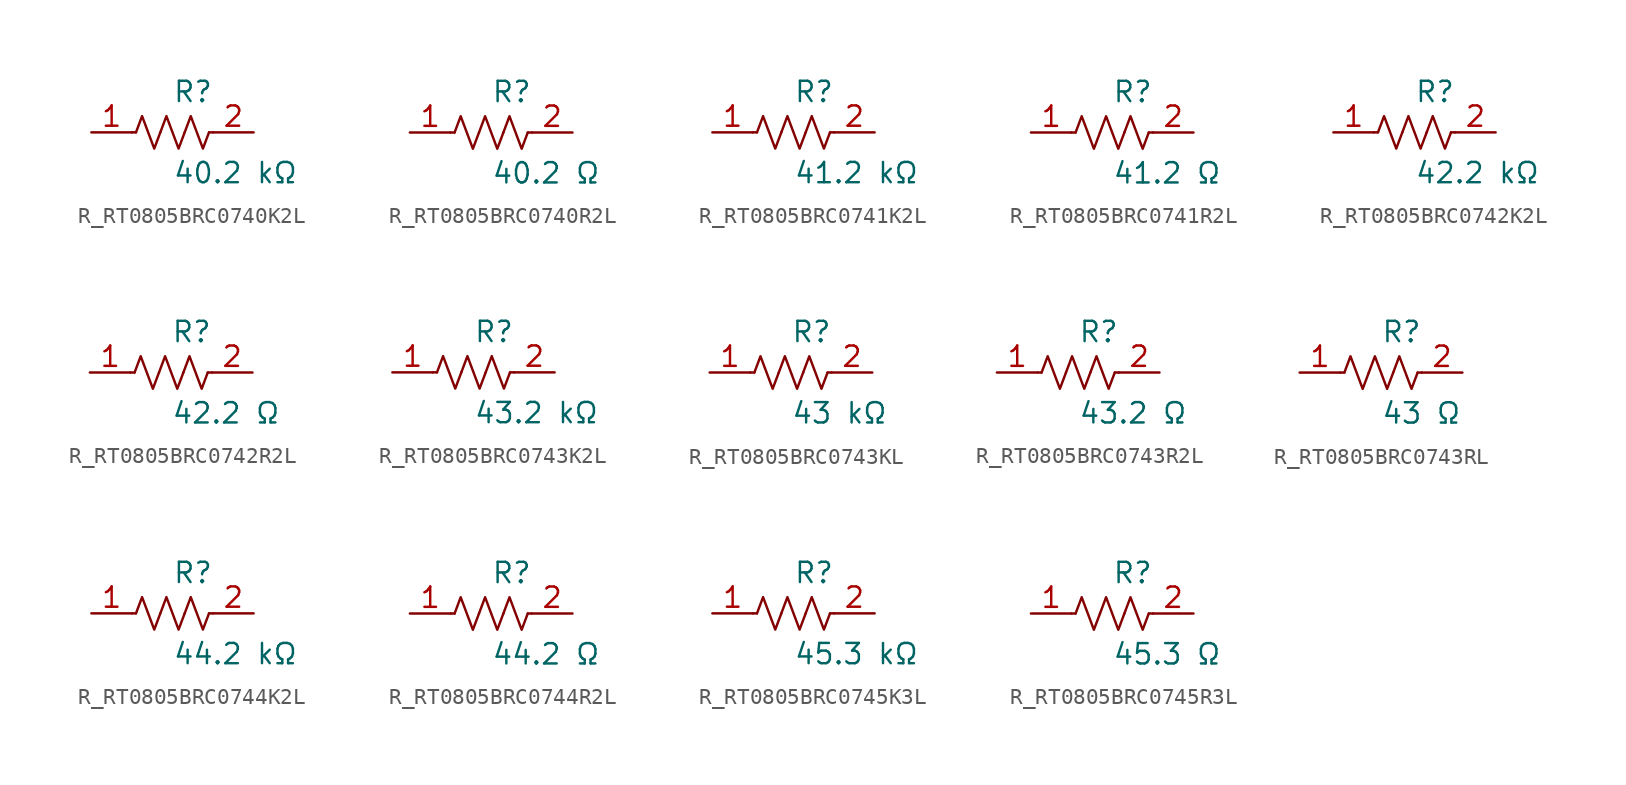
<source format=kicad_sym>
(kicad_symbol_lib
  (version 20231120)
  (generator kicad_symbol_editor)
  (generator_version 8.0)
  (symbol "R_RT0805BRC0740K2L"
    (pin_names
      (offset 0.254))
    (property "Reference" "R"
      (at 0 2.54 0)
      (effects (font (size 1.27 1.27)) (justify left)))
    (property "Value" "40.2 kΩ"
      (at 0 -2.54 0)
      (effects (font (size 1.27 1.27)) (justify left)))
    (symbol "R_RT0805BRC0740K2L_0_1"
      (polyline (pts (xy 2.286 0) (xy 2.54 0)) (stroke (width 0) (type default)) (fill (type none)))
      (polyline (pts (xy -2.286 0) (xy -2.54 0)) (stroke (width 0) (type default)) (fill (type none)))
      (polyline (pts (xy 0.762 0) (xy 1.143 1.016) (xy 1.524 0) (xy 1.905 -1.016) (xy 2.286 0)) (stroke (width 0) (type default)) (fill (type none)))
      (polyline (pts (xy -0.762 0) (xy -0.381 1.016) (xy 0 0) (xy 0.381 -1.016) (xy 0.762 0)) (stroke (width 0) (type default)) (fill (type none)))
      (polyline (pts (xy -2.286 0) (xy -1.905 1.016) (xy -1.524 0) (xy -1.143 -1.016) (xy -0.762 0)) (stroke (width 0) (type default)) (fill (type none))))
    (pin unspecified line
      (at -5.08 0 0)
      (length 2.54)
      (name "" (effects (font (size 1.27 1.27))))
      (number "1" (effects (font (size 1.27 1.27)))))
    (pin unspecified line
      (at 5.08 0 180)
      (length 2.54)
      (name "" (effects (font (size 1.27 1.27))))
      (number "2" (effects (font (size 1.27 1.27))))))
  (symbol "R_RT0805BRC0740R2L"
    (pin_names
      (offset 0.254))
    (property "Reference" "R"
      (at 0 2.54 0)
      (effects (font (size 1.27 1.27)) (justify left)))
    (property "Value" "40.2 Ω"
      (at 0 -2.54 0)
      (effects (font (size 1.27 1.27)) (justify left)))
    (symbol "R_RT0805BRC0740R2L_0_1"
      (polyline (pts (xy 2.286 0) (xy 2.54 0)) (stroke (width 0) (type default)) (fill (type none)))
      (polyline (pts (xy -2.286 0) (xy -2.54 0)) (stroke (width 0) (type default)) (fill (type none)))
      (polyline (pts (xy 0.762 0) (xy 1.143 1.016) (xy 1.524 0) (xy 1.905 -1.016) (xy 2.286 0)) (stroke (width 0) (type default)) (fill (type none)))
      (polyline (pts (xy -0.762 0) (xy -0.381 1.016) (xy 0 0) (xy 0.381 -1.016) (xy 0.762 0)) (stroke (width 0) (type default)) (fill (type none)))
      (polyline (pts (xy -2.286 0) (xy -1.905 1.016) (xy -1.524 0) (xy -1.143 -1.016) (xy -0.762 0)) (stroke (width 0) (type default)) (fill (type none))))
    (pin unspecified line
      (at -5.08 0 0)
      (length 2.54)
      (name "" (effects (font (size 1.27 1.27))))
      (number "1" (effects (font (size 1.27 1.27)))))
    (pin unspecified line
      (at 5.08 0 180)
      (length 2.54)
      (name "" (effects (font (size 1.27 1.27))))
      (number "2" (effects (font (size 1.27 1.27))))))
  (symbol "R_RT0805BRC0741K2L"
    (pin_names
      (offset 0.254))
    (property "Reference" "R"
      (at 0 2.54 0)
      (effects (font (size 1.27 1.27)) (justify left)))
    (property "Value" "41.2 kΩ"
      (at 0 -2.54 0)
      (effects (font (size 1.27 1.27)) (justify left)))
    (symbol "R_RT0805BRC0741K2L_0_1"
      (polyline (pts (xy 2.286 0) (xy 2.54 0)) (stroke (width 0) (type default)) (fill (type none)))
      (polyline (pts (xy -2.286 0) (xy -2.54 0)) (stroke (width 0) (type default)) (fill (type none)))
      (polyline (pts (xy 0.762 0) (xy 1.143 1.016) (xy 1.524 0) (xy 1.905 -1.016) (xy 2.286 0)) (stroke (width 0) (type default)) (fill (type none)))
      (polyline (pts (xy -0.762 0) (xy -0.381 1.016) (xy 0 0) (xy 0.381 -1.016) (xy 0.762 0)) (stroke (width 0) (type default)) (fill (type none)))
      (polyline (pts (xy -2.286 0) (xy -1.905 1.016) (xy -1.524 0) (xy -1.143 -1.016) (xy -0.762 0)) (stroke (width 0) (type default)) (fill (type none))))
    (pin unspecified line
      (at -5.08 0 0)
      (length 2.54)
      (name "" (effects (font (size 1.27 1.27))))
      (number "1" (effects (font (size 1.27 1.27)))))
    (pin unspecified line
      (at 5.08 0 180)
      (length 2.54)
      (name "" (effects (font (size 1.27 1.27))))
      (number "2" (effects (font (size 1.27 1.27))))))
  (symbol "R_RT0805BRC0741R2L"
    (pin_names
      (offset 0.254))
    (property "Reference" "R"
      (at 0 2.54 0)
      (effects (font (size 1.27 1.27)) (justify left)))
    (property "Value" "41.2 Ω"
      (at 0 -2.54 0)
      (effects (font (size 1.27 1.27)) (justify left)))
    (symbol "R_RT0805BRC0741R2L_0_1"
      (polyline (pts (xy 2.286 0) (xy 2.54 0)) (stroke (width 0) (type default)) (fill (type none)))
      (polyline (pts (xy -2.286 0) (xy -2.54 0)) (stroke (width 0) (type default)) (fill (type none)))
      (polyline (pts (xy 0.762 0) (xy 1.143 1.016) (xy 1.524 0) (xy 1.905 -1.016) (xy 2.286 0)) (stroke (width 0) (type default)) (fill (type none)))
      (polyline (pts (xy -0.762 0) (xy -0.381 1.016) (xy 0 0) (xy 0.381 -1.016) (xy 0.762 0)) (stroke (width 0) (type default)) (fill (type none)))
      (polyline (pts (xy -2.286 0) (xy -1.905 1.016) (xy -1.524 0) (xy -1.143 -1.016) (xy -0.762 0)) (stroke (width 0) (type default)) (fill (type none))))
    (pin unspecified line
      (at -5.08 0 0)
      (length 2.54)
      (name "" (effects (font (size 1.27 1.27))))
      (number "1" (effects (font (size 1.27 1.27)))))
    (pin unspecified line
      (at 5.08 0 180)
      (length 2.54)
      (name "" (effects (font (size 1.27 1.27))))
      (number "2" (effects (font (size 1.27 1.27))))))
  (symbol "R_RT0805BRC0742K2L"
    (pin_names
      (offset 0.254))
    (property "Reference" "R"
      (at 0 2.54 0)
      (effects (font (size 1.27 1.27)) (justify left)))
    (property "Value" "42.2 kΩ"
      (at 0 -2.54 0)
      (effects (font (size 1.27 1.27)) (justify left)))
    (symbol "R_RT0805BRC0742K2L_0_1"
      (polyline (pts (xy 2.286 0) (xy 2.54 0)) (stroke (width 0) (type default)) (fill (type none)))
      (polyline (pts (xy -2.286 0) (xy -2.54 0)) (stroke (width 0) (type default)) (fill (type none)))
      (polyline (pts (xy 0.762 0) (xy 1.143 1.016) (xy 1.524 0) (xy 1.905 -1.016) (xy 2.286 0)) (stroke (width 0) (type default)) (fill (type none)))
      (polyline (pts (xy -0.762 0) (xy -0.381 1.016) (xy 0 0) (xy 0.381 -1.016) (xy 0.762 0)) (stroke (width 0) (type default)) (fill (type none)))
      (polyline (pts (xy -2.286 0) (xy -1.905 1.016) (xy -1.524 0) (xy -1.143 -1.016) (xy -0.762 0)) (stroke (width 0) (type default)) (fill (type none))))
    (pin unspecified line
      (at -5.08 0 0)
      (length 2.54)
      (name "" (effects (font (size 1.27 1.27))))
      (number "1" (effects (font (size 1.27 1.27)))))
    (pin unspecified line
      (at 5.08 0 180)
      (length 2.54)
      (name "" (effects (font (size 1.27 1.27))))
      (number "2" (effects (font (size 1.27 1.27))))))
  (symbol "R_RT0805BRC0742R2L"
    (pin_names
      (offset 0.254))
    (property "Reference" "R"
      (at 0 2.54 0)
      (effects (font (size 1.27 1.27)) (justify left)))
    (property "Value" "42.2 Ω"
      (at 0 -2.54 0)
      (effects (font (size 1.27 1.27)) (justify left)))
    (symbol "R_RT0805BRC0742R2L_0_1"
      (polyline (pts (xy 2.286 0) (xy 2.54 0)) (stroke (width 0) (type default)) (fill (type none)))
      (polyline (pts (xy -2.286 0) (xy -2.54 0)) (stroke (width 0) (type default)) (fill (type none)))
      (polyline (pts (xy 0.762 0) (xy 1.143 1.016) (xy 1.524 0) (xy 1.905 -1.016) (xy 2.286 0)) (stroke (width 0) (type default)) (fill (type none)))
      (polyline (pts (xy -0.762 0) (xy -0.381 1.016) (xy 0 0) (xy 0.381 -1.016) (xy 0.762 0)) (stroke (width 0) (type default)) (fill (type none)))
      (polyline (pts (xy -2.286 0) (xy -1.905 1.016) (xy -1.524 0) (xy -1.143 -1.016) (xy -0.762 0)) (stroke (width 0) (type default)) (fill (type none))))
    (pin unspecified line
      (at -5.08 0 0)
      (length 2.54)
      (name "" (effects (font (size 1.27 1.27))))
      (number "1" (effects (font (size 1.27 1.27)))))
    (pin unspecified line
      (at 5.08 0 180)
      (length 2.54)
      (name "" (effects (font (size 1.27 1.27))))
      (number "2" (effects (font (size 1.27 1.27))))))
  (symbol "R_RT0805BRC0743K2L"
    (pin_names
      (offset 0.254))
    (property "Reference" "R"
      (at 0 2.54 0)
      (effects (font (size 1.27 1.27)) (justify left)))
    (property "Value" "43.2 kΩ"
      (at 0 -2.54 0)
      (effects (font (size 1.27 1.27)) (justify left)))
    (symbol "R_RT0805BRC0743K2L_0_1"
      (polyline (pts (xy 2.286 0) (xy 2.54 0)) (stroke (width 0) (type default)) (fill (type none)))
      (polyline (pts (xy -2.286 0) (xy -2.54 0)) (stroke (width 0) (type default)) (fill (type none)))
      (polyline (pts (xy 0.762 0) (xy 1.143 1.016) (xy 1.524 0) (xy 1.905 -1.016) (xy 2.286 0)) (stroke (width 0) (type default)) (fill (type none)))
      (polyline (pts (xy -0.762 0) (xy -0.381 1.016) (xy 0 0) (xy 0.381 -1.016) (xy 0.762 0)) (stroke (width 0) (type default)) (fill (type none)))
      (polyline (pts (xy -2.286 0) (xy -1.905 1.016) (xy -1.524 0) (xy -1.143 -1.016) (xy -0.762 0)) (stroke (width 0) (type default)) (fill (type none))))
    (pin unspecified line
      (at -5.08 0 0)
      (length 2.54)
      (name "" (effects (font (size 1.27 1.27))))
      (number "1" (effects (font (size 1.27 1.27)))))
    (pin unspecified line
      (at 5.08 0 180)
      (length 2.54)
      (name "" (effects (font (size 1.27 1.27))))
      (number "2" (effects (font (size 1.27 1.27))))))
  (symbol "R_RT0805BRC0743KL"
    (pin_names
      (offset 0.254))
    (property "Reference" "R"
      (at 0 2.54 0)
      (effects (font (size 1.27 1.27)) (justify left)))
    (property "Value" "43 kΩ"
      (at 0 -2.54 0)
      (effects (font (size 1.27 1.27)) (justify left)))
    (symbol "R_RT0805BRC0743KL_0_1"
      (polyline (pts (xy 2.286 0) (xy 2.54 0)) (stroke (width 0) (type default)) (fill (type none)))
      (polyline (pts (xy -2.286 0) (xy -2.54 0)) (stroke (width 0) (type default)) (fill (type none)))
      (polyline (pts (xy 0.762 0) (xy 1.143 1.016) (xy 1.524 0) (xy 1.905 -1.016) (xy 2.286 0)) (stroke (width 0) (type default)) (fill (type none)))
      (polyline (pts (xy -0.762 0) (xy -0.381 1.016) (xy 0 0) (xy 0.381 -1.016) (xy 0.762 0)) (stroke (width 0) (type default)) (fill (type none)))
      (polyline (pts (xy -2.286 0) (xy -1.905 1.016) (xy -1.524 0) (xy -1.143 -1.016) (xy -0.762 0)) (stroke (width 0) (type default)) (fill (type none))))
    (pin unspecified line
      (at -5.08 0 0)
      (length 2.54)
      (name "" (effects (font (size 1.27 1.27))))
      (number "1" (effects (font (size 1.27 1.27)))))
    (pin unspecified line
      (at 5.08 0 180)
      (length 2.54)
      (name "" (effects (font (size 1.27 1.27))))
      (number "2" (effects (font (size 1.27 1.27))))))
  (symbol "R_RT0805BRC0743R2L"
    (pin_names
      (offset 0.254))
    (property "Reference" "R"
      (at 0 2.54 0)
      (effects (font (size 1.27 1.27)) (justify left)))
    (property "Value" "43.2 Ω"
      (at 0 -2.54 0)
      (effects (font (size 1.27 1.27)) (justify left)))
    (symbol "R_RT0805BRC0743R2L_0_1"
      (polyline (pts (xy 2.286 0) (xy 2.54 0)) (stroke (width 0) (type default)) (fill (type none)))
      (polyline (pts (xy -2.286 0) (xy -2.54 0)) (stroke (width 0) (type default)) (fill (type none)))
      (polyline (pts (xy 0.762 0) (xy 1.143 1.016) (xy 1.524 0) (xy 1.905 -1.016) (xy 2.286 0)) (stroke (width 0) (type default)) (fill (type none)))
      (polyline (pts (xy -0.762 0) (xy -0.381 1.016) (xy 0 0) (xy 0.381 -1.016) (xy 0.762 0)) (stroke (width 0) (type default)) (fill (type none)))
      (polyline (pts (xy -2.286 0) (xy -1.905 1.016) (xy -1.524 0) (xy -1.143 -1.016) (xy -0.762 0)) (stroke (width 0) (type default)) (fill (type none))))
    (pin unspecified line
      (at -5.08 0 0)
      (length 2.54)
      (name "" (effects (font (size 1.27 1.27))))
      (number "1" (effects (font (size 1.27 1.27)))))
    (pin unspecified line
      (at 5.08 0 180)
      (length 2.54)
      (name "" (effects (font (size 1.27 1.27))))
      (number "2" (effects (font (size 1.27 1.27))))))
  (symbol "R_RT0805BRC0743RL"
    (pin_names
      (offset 0.254))
    (property "Reference" "R"
      (at 0 2.54 0)
      (effects (font (size 1.27 1.27)) (justify left)))
    (property "Value" "43 Ω"
      (at 0 -2.54 0)
      (effects (font (size 1.27 1.27)) (justify left)))
    (symbol "R_RT0805BRC0743RL_0_1"
      (polyline (pts (xy 2.286 0) (xy 2.54 0)) (stroke (width 0) (type default)) (fill (type none)))
      (polyline (pts (xy -2.286 0) (xy -2.54 0)) (stroke (width 0) (type default)) (fill (type none)))
      (polyline (pts (xy 0.762 0) (xy 1.143 1.016) (xy 1.524 0) (xy 1.905 -1.016) (xy 2.286 0)) (stroke (width 0) (type default)) (fill (type none)))
      (polyline (pts (xy -0.762 0) (xy -0.381 1.016) (xy 0 0) (xy 0.381 -1.016) (xy 0.762 0)) (stroke (width 0) (type default)) (fill (type none)))
      (polyline (pts (xy -2.286 0) (xy -1.905 1.016) (xy -1.524 0) (xy -1.143 -1.016) (xy -0.762 0)) (stroke (width 0) (type default)) (fill (type none))))
    (pin unspecified line
      (at -5.08 0 0)
      (length 2.54)
      (name "" (effects (font (size 1.27 1.27))))
      (number "1" (effects (font (size 1.27 1.27)))))
    (pin unspecified line
      (at 5.08 0 180)
      (length 2.54)
      (name "" (effects (font (size 1.27 1.27))))
      (number "2" (effects (font (size 1.27 1.27))))))
  (symbol "R_RT0805BRC0744K2L"
    (pin_names
      (offset 0.254))
    (property "Reference" "R"
      (at 0 2.54 0)
      (effects (font (size 1.27 1.27)) (justify left)))
    (property "Value" "44.2 kΩ"
      (at 0 -2.54 0)
      (effects (font (size 1.27 1.27)) (justify left)))
    (symbol "R_RT0805BRC0744K2L_0_1"
      (polyline (pts (xy 2.286 0) (xy 2.54 0)) (stroke (width 0) (type default)) (fill (type none)))
      (polyline (pts (xy -2.286 0) (xy -2.54 0)) (stroke (width 0) (type default)) (fill (type none)))
      (polyline (pts (xy 0.762 0) (xy 1.143 1.016) (xy 1.524 0) (xy 1.905 -1.016) (xy 2.286 0)) (stroke (width 0) (type default)) (fill (type none)))
      (polyline (pts (xy -0.762 0) (xy -0.381 1.016) (xy 0 0) (xy 0.381 -1.016) (xy 0.762 0)) (stroke (width 0) (type default)) (fill (type none)))
      (polyline (pts (xy -2.286 0) (xy -1.905 1.016) (xy -1.524 0) (xy -1.143 -1.016) (xy -0.762 0)) (stroke (width 0) (type default)) (fill (type none))))
    (pin unspecified line
      (at -5.08 0 0)
      (length 2.54)
      (name "" (effects (font (size 1.27 1.27))))
      (number "1" (effects (font (size 1.27 1.27)))))
    (pin unspecified line
      (at 5.08 0 180)
      (length 2.54)
      (name "" (effects (font (size 1.27 1.27))))
      (number "2" (effects (font (size 1.27 1.27))))))
  (symbol "R_RT0805BRC0744R2L"
    (pin_names
      (offset 0.254))
    (property "Reference" "R"
      (at 0 2.54 0)
      (effects (font (size 1.27 1.27)) (justify left)))
    (property "Value" "44.2 Ω"
      (at 0 -2.54 0)
      (effects (font (size 1.27 1.27)) (justify left)))
    (symbol "R_RT0805BRC0744R2L_0_1"
      (polyline (pts (xy 2.286 0) (xy 2.54 0)) (stroke (width 0) (type default)) (fill (type none)))
      (polyline (pts (xy -2.286 0) (xy -2.54 0)) (stroke (width 0) (type default)) (fill (type none)))
      (polyline (pts (xy 0.762 0) (xy 1.143 1.016) (xy 1.524 0) (xy 1.905 -1.016) (xy 2.286 0)) (stroke (width 0) (type default)) (fill (type none)))
      (polyline (pts (xy -0.762 0) (xy -0.381 1.016) (xy 0 0) (xy 0.381 -1.016) (xy 0.762 0)) (stroke (width 0) (type default)) (fill (type none)))
      (polyline (pts (xy -2.286 0) (xy -1.905 1.016) (xy -1.524 0) (xy -1.143 -1.016) (xy -0.762 0)) (stroke (width 0) (type default)) (fill (type none))))
    (pin unspecified line
      (at -5.08 0 0)
      (length 2.54)
      (name "" (effects (font (size 1.27 1.27))))
      (number "1" (effects (font (size 1.27 1.27)))))
    (pin unspecified line
      (at 5.08 0 180)
      (length 2.54)
      (name "" (effects (font (size 1.27 1.27))))
      (number "2" (effects (font (size 1.27 1.27))))))
  (symbol "R_RT0805BRC0745K3L"
    (pin_names
      (offset 0.254))
    (property "Reference" "R"
      (at 0 2.54 0)
      (effects (font (size 1.27 1.27)) (justify left)))
    (property "Value" "45.3 kΩ"
      (at 0 -2.54 0)
      (effects (font (size 1.27 1.27)) (justify left)))
    (symbol "R_RT0805BRC0745K3L_0_1"
      (polyline (pts (xy 2.286 0) (xy 2.54 0)) (stroke (width 0) (type default)) (fill (type none)))
      (polyline (pts (xy -2.286 0) (xy -2.54 0)) (stroke (width 0) (type default)) (fill (type none)))
      (polyline (pts (xy 0.762 0) (xy 1.143 1.016) (xy 1.524 0) (xy 1.905 -1.016) (xy 2.286 0)) (stroke (width 0) (type default)) (fill (type none)))
      (polyline (pts (xy -0.762 0) (xy -0.381 1.016) (xy 0 0) (xy 0.381 -1.016) (xy 0.762 0)) (stroke (width 0) (type default)) (fill (type none)))
      (polyline (pts (xy -2.286 0) (xy -1.905 1.016) (xy -1.524 0) (xy -1.143 -1.016) (xy -0.762 0)) (stroke (width 0) (type default)) (fill (type none))))
    (pin unspecified line
      (at -5.08 0 0)
      (length 2.54)
      (name "" (effects (font (size 1.27 1.27))))
      (number "1" (effects (font (size 1.27 1.27)))))
    (pin unspecified line
      (at 5.08 0 180)
      (length 2.54)
      (name "" (effects (font (size 1.27 1.27))))
      (number "2" (effects (font (size 1.27 1.27))))))
  (symbol "R_RT0805BRC0745R3L"
    (pin_names
      (offset 0.254))
    (property "Reference" "R"
      (at 0 2.54 0)
      (effects (font (size 1.27 1.27)) (justify left)))
    (property "Value" "45.3 Ω"
      (at 0 -2.54 0)
      (effects (font (size 1.27 1.27)) (justify left)))
    (symbol "R_RT0805BRC0745R3L_0_1"
      (polyline (pts (xy 2.286 0) (xy 2.54 0)) (stroke (width 0) (type default)) (fill (type none)))
      (polyline (pts (xy -2.286 0) (xy -2.54 0)) (stroke (width 0) (type default)) (fill (type none)))
      (polyline (pts (xy 0.762 0) (xy 1.143 1.016) (xy 1.524 0) (xy 1.905 -1.016) (xy 2.286 0)) (stroke (width 0) (type default)) (fill (type none)))
      (polyline (pts (xy -0.762 0) (xy -0.381 1.016) (xy 0 0) (xy 0.381 -1.016) (xy 0.762 0)) (stroke (width 0) (type default)) (fill (type none)))
      (polyline (pts (xy -2.286 0) (xy -1.905 1.016) (xy -1.524 0) (xy -1.143 -1.016) (xy -0.762 0)) (stroke (width 0) (type default)) (fill (type none))))
    (pin unspecified line
      (at -5.08 0 0)
      (length 2.54)
      (name "" (effects (font (size 1.27 1.27))))
      (number "1" (effects (font (size 1.27 1.27)))))
    (pin unspecified line
      (at 5.08 0 180)
      (length 2.54)
      (name "" (effects (font (size 1.27 1.27))))
      (number "2" (effects (font (size 1.27 1.27)))))))
</source>
